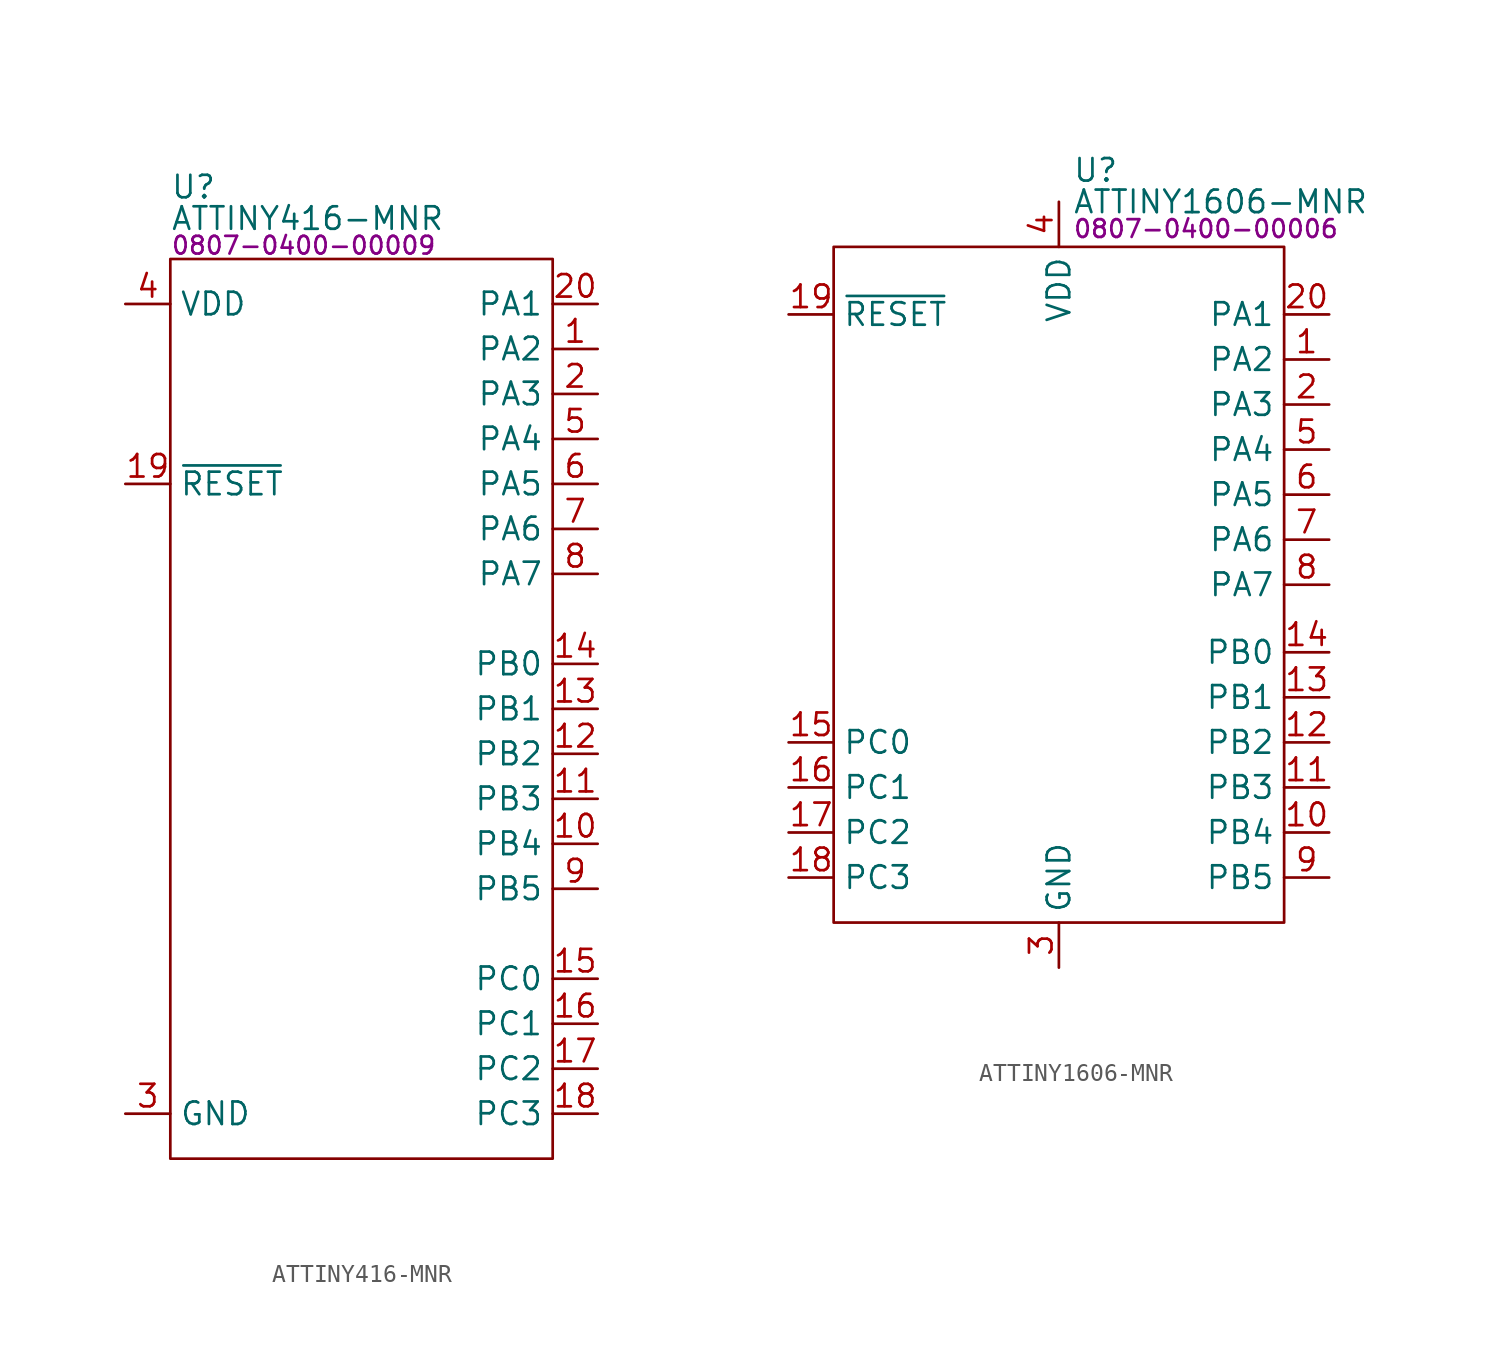
<source format=kicad_sym>
(kicad_symbol_lib
  (version 20231120)
  (generator "kicad_symbol_editor")
  (generator_version "8.0")
  (symbol "ATTINY416-MNR"
    (property "Reference" "U"
      (at 0 4.064 0)
      (effects (font (size 1.27 1.27)) (justify left)))
    (property "Value" "ATTINY416-MNR"
      (at 0 2.286 0)
      (effects (font (size 1.27 1.27)) (justify left)))
    (property "PartNumber" "0807-0400-00009"
      (at 0 0.762 0)
      (effects (font (size 1 1)) (justify left)))
    (symbol "ATTINY416-MNR_0_0"
      (pin bidirectional line (at 24.13 -5.08 180) (length 2.54) (name "PA2" (effects (font (size 1.27 1.27)))) (number "1" (effects (font (size 1.27 1.27)))) (alternate "ADC2" bidirectional line) (alternate "CIPO" bidirectional line) (alternate "EVOUT0" bidirectional line) (alternate "LUT0-IN2" bidirectional line) (alternate "RX" bidirectional line) (alternate "SCL" bidirectional line))
      (pin bidirectional line (at 24.13 -33.02 180) (length 2.54) (name "PB4" (effects (font (size 1.27 1.27)))) (number "10" (effects (font (size 1.27 1.27)))) (alternate "ADC9" bidirectional line) (alternate "COMP-IN1-" bidirectional line) (alternate "LUT0-OUT" bidirectional line) (alternate "WO1" bidirectional line))
      (pin bidirectional line (at 24.13 -30.48 180) (length 2.54) (name "PB3" (effects (font (size 1.27 1.27)))) (number "11" (effects (font (size 1.27 1.27)))) (alternate "RX" bidirectional line) (alternate "TOSC1" bidirectional line) (alternate "WO0" bidirectional line))
      (pin bidirectional line (at 24.13 -27.94 180) (length 2.54) (name "PB2" (effects (font (size 1.27 1.27)))) (number "12" (effects (font (size 1.27 1.27)))) (alternate "EVOUT1" bidirectional line) (alternate "TOSC2" bidirectional line) (alternate "TX" bidirectional line) (alternate "WO2" bidirectional line))
      (pin bidirectional line (at 24.13 -25.4 180) (length 2.54) (name "PB1" (effects (font (size 1.27 1.27)))) (number "13" (effects (font (size 1.27 1.27)))) (alternate "ADC10" bidirectional line) (alternate "SDA" bidirectional line) (alternate "WO1" bidirectional line) (alternate "XCK" bidirectional line))
      (pin bidirectional line (at 24.13 -22.86 180) (length 2.54) (name "PB0" (effects (font (size 1.27 1.27)))) (number "14" (effects (font (size 1.27 1.27)))) (alternate "ADC11" bidirectional line) (alternate "SCL" bidirectional line) (alternate "WO0" bidirectional line) (alternate "XDIR" bidirectional line))
      (pin bidirectional line (at 24.13 -40.64 180) (length 2.54) (name "PC0" (effects (font (size 1.27 1.27)))) (number "15" (effects (font (size 1.27 1.27)))) (alternate "SCK" bidirectional line) (alternate "WO" bidirectional line) (alternate "WOC" bidirectional line))
      (pin bidirectional line (at 24.13 -43.18 180) (length 2.54) (name "PC1" (effects (font (size 1.27 1.27)))) (number "16" (effects (font (size 1.27 1.27)))) (alternate "CIPO" bidirectional line) (alternate "LUT1-OUT" bidirectional line) (alternate "WOD" bidirectional line))
      (pin bidirectional line (at 24.13 -45.72 180) (length 2.54) (name "PC2" (effects (font (size 1.27 1.27)))) (number "17" (effects (font (size 1.27 1.27)))) (alternate "COPI" bidirectional line) (alternate "EVOUT2" bidirectional line))
      (pin output line (at 24.13 -48.26 180) (length 2.54) (name "PC3" (effects (font (size 1.27 1.27)))) (number "18" (effects (font (size 1.27 1.27)))) (alternate "LUT1-IN0" output line) (alternate "WO3" output line) (alternate "~{SS}" output line))
      (pin input line (at -2.54 -12.7 0) (length 2.54) (name "~{RESET}" (effects (font (size 1.27 1.27)))) (number "19" (effects (font (size 1.27 1.27)))) (alternate "ADC0" input line) (alternate "LUT0-IN0" input line) (alternate "PA0" input line) (alternate "UPDI" input line) (alternate "~{RESET}-UPDI" input line))
      (pin bidirectional line (at 24.13 -7.62 180) (length 2.54) (name "PA3" (effects (font (size 1.27 1.27)))) (number "2" (effects (font (size 1.27 1.27)))) (alternate "ADC3" bidirectional line) (alternate "EXTCLK" input line) (alternate "SCK" bidirectional line) (alternate "WO3" bidirectional line) (alternate "XCK" bidirectional line))
      (pin bidirectional line (at 24.13 -2.54 180) (length 2.54) (name "PA1" (effects (font (size 1.27 1.27)))) (number "20" (effects (font (size 1.27 1.27)))) (alternate "ADC1" bidirectional line) (alternate "COPI" bidirectional line) (alternate "LUT0-IN1" bidirectional line) (alternate "SDA" bidirectional line) (alternate "TX0" bidirectional line))
      (pin power_in line (at -2.54 -48.26 0) (length 2.54) hide (name "GND" (effects (font (size 1.27 1.27)))) (number "21" (effects (font (size 1.27 1.27)))))
      (pin power_in line (at -2.54 -48.26 0) (length 2.54) (name "GND" (effects (font (size 1.27 1.27)))) (number "3" (effects (font (size 1.27 1.27)))))
      (pin power_in line (at -2.54 -2.54 0) (length 2.54) (name "VDD" (effects (font (size 1.27 1.27)))) (number "4" (effects (font (size 1.27 1.27)))))
      (pin bidirectional line (at 24.13 -10.16 180) (length 2.54) (name "PA4" (effects (font (size 1.27 1.27)))) (number "5" (effects (font (size 1.27 1.27)))) (alternate "ADC4" bidirectional line) (alternate "LUT0-OUT" bidirectional line) (alternate "WO4" bidirectional line) (alternate "WOA" bidirectional line) (alternate "XDIR" bidirectional line) (alternate "~{SS}" bidirectional line))
      (pin bidirectional line (at 24.13 -12.7 180) (length 2.54) (name "PA5" (effects (font (size 1.27 1.27)))) (number "6" (effects (font (size 1.27 1.27)))) (alternate "ADC5" bidirectional line) (alternate "COMP-OUT" bidirectional line) (alternate "WO" bidirectional line) (alternate "WO5" bidirectional line) (alternate "WOB" bidirectional line))
      (pin bidirectional line (at 24.13 -15.24 180) (length 2.54) (name "PA6" (effects (font (size 1.27 1.27)))) (number "7" (effects (font (size 1.27 1.27)))) (alternate "ADC6" bidirectional line) (alternate "COMP-IN0-" bidirectional line) (alternate "COPI" bidirectional line) (alternate "DAC-OUT" bidirectional line))
      (pin bidirectional line (at 24.13 -17.78 180) (length 2.54) (name "PA7" (effects (font (size 1.27 1.27)))) (number "8" (effects (font (size 1.27 1.27)))) (alternate "ADC7" bidirectional line) (alternate "CIPO" bidirectional line) (alternate "COMP-IN0+" bidirectional line) (alternate "LUT1-OUT" bidirectional line))
      (pin bidirectional line (at 24.13 -35.56 180) (length 2.54) (name "PB5" (effects (font (size 1.27 1.27)))) (number "9" (effects (font (size 1.27 1.27)))) (alternate "ADC8" bidirectional line) (alternate "CLKOUT" bidirectional line) (alternate "COMP-IN1+" bidirectional line) (alternate "WO2" bidirectional line)))
    (symbol "ATTINY416-MNR_0_1"
      (rectangle (start 0 0) (end 21.59 -50.8) (stroke (width 0) (type default)) (fill (type none)))))
  (symbol "ATTINY1606-MNR"
    (property "Reference" "U"
      (at 13.462 4.318 0)
      (effects (font (size 1.27 1.27)) (justify left)))
    (property "Value" "ATTINY1606-MNR"
      (at 13.462 2.54 0)
      (effects (font (size 1.27 1.27)) (justify left)))
    (property "PartNumber" "0807-0400-00006"
      (at 13.462 1.016 0)
      (effects (font (size 1 1)) (justify left)))
    (symbol "ATTINY1606-MNR_0_0"
      (pin bidirectional line (at 27.94 -6.35 180) (length 2.54) (name "PA2" (effects (font (size 1.27 1.27)))) (number "1" (effects (font (size 1.27 1.27)))) (alternate "A2" bidirectional line) (alternate "EVOUT" bidirectional line) (alternate "LUT0-IN2" bidirectional line) (alternate "SPI-CIPO" bidirectional line) (alternate "USART-RX" bidirectional line))
      (pin bidirectional line (at 27.94 -33.02 180) (length 2.54) (name "PB4" (effects (font (size 1.27 1.27)))) (number "10" (effects (font (size 1.27 1.27)))) (alternate "A9" bidirectional line) (alternate "AC1-IN-" bidirectional line) (alternate "LUT0-OUT" bidirectional line) (alternate "WO1" bidirectional line))
      (pin bidirectional line (at 27.94 -30.48 180) (length 2.54) (name "PB3" (effects (font (size 1.27 1.27)))) (number "11" (effects (font (size 1.27 1.27)))) (alternate "USART-RX" bidirectional line) (alternate "WO0" bidirectional line))
      (pin bidirectional line (at 27.94 -27.94 180) (length 2.54) (name "PB2" (effects (font (size 1.27 1.27)))) (number "12" (effects (font (size 1.27 1.27)))) (alternate "EVOUT1" bidirectional line) (alternate "USART-TX" bidirectional line) (alternate "WO2" bidirectional line))
      (pin bidirectional line (at 27.94 -25.4 180) (length 2.54) (name "PB1" (effects (font (size 1.27 1.27)))) (number "13" (effects (font (size 1.27 1.27)))) (alternate "A10" bidirectional line) (alternate "I2C-SDA" bidirectional line) (alternate "USART-CK" bidirectional line) (alternate "WO1" bidirectional line))
      (pin bidirectional line (at 27.94 -22.86 180) (length 2.54) (name "PB0" (effects (font (size 1.27 1.27)))) (number "14" (effects (font (size 1.27 1.27)))) (alternate "A11" bidirectional line) (alternate "I2C-SCL" bidirectional line) (alternate "USART-XDIR" bidirectional line) (alternate "WO0" bidirectional line))
      (pin bidirectional line (at -2.54 -27.94 0) (length 2.54) (name "PC0" (effects (font (size 1.27 1.27)))) (number "15" (effects (font (size 1.27 1.27)))) (alternate "SPI-SCK" bidirectional line) (alternate "WO" bidirectional line))
      (pin bidirectional line (at -2.54 -30.48 0) (length 2.54) (name "PC1" (effects (font (size 1.27 1.27)))) (number "16" (effects (font (size 1.27 1.27)))) (alternate "LUT1-OUT" bidirectional line) (alternate "SPI-CIPO" bidirectional line))
      (pin bidirectional line (at -2.54 -33.02 0) (length 2.54) (name "PC2" (effects (font (size 1.27 1.27)))) (number "17" (effects (font (size 1.27 1.27)))) (alternate "EVOUT2" bidirectional line) (alternate "SPI-COPI" bidirectional line))
      (pin bidirectional line (at -2.54 -35.56 0) (length 2.54) (name "PC3" (effects (font (size 1.27 1.27)))) (number "18" (effects (font (size 1.27 1.27)))) (alternate "LUT1-IN0" bidirectional line) (alternate "SPI-~{SS}" bidirectional line) (alternate "WO3" bidirectional line))
      (pin bidirectional line (at -2.54 -3.81 0) (length 2.54) (name "~{RESET}" (effects (font (size 1.27 1.27)))) (number "19" (effects (font (size 1.27 1.27)))) (alternate "A0" bidirectional line) (alternate "LUT0-IN0" bidirectional line) (alternate "PA0" bidirectional line) (alternate "PA0-UPDI" bidirectional line) (alternate "UPDI" bidirectional line) (alternate "~{RESET}-UPDI" bidirectional line))
      (pin bidirectional line (at 27.94 -8.89 180) (length 2.54) (name "PA3" (effects (font (size 1.27 1.27)))) (number "2" (effects (font (size 1.27 1.27)))) (alternate "A3" bidirectional line) (alternate "EXTCLK" bidirectional line) (alternate "SPI-SCK" bidirectional line) (alternate "USART-CK" bidirectional line) (alternate "WO3" bidirectional line))
      (pin bidirectional line (at 27.94 -3.81 180) (length 2.54) (name "PA1" (effects (font (size 1.27 1.27)))) (number "20" (effects (font (size 1.27 1.27)))) (alternate "A1" bidirectional line) (alternate "LUT-IN1" bidirectional line) (alternate "SPI-COPI" bidirectional line) (alternate "USART-TX" bidirectional line))
      (pin power_in line (at 12.7 -40.64 90) (length 2.54) hide (name "GND" (effects (font (size 1.27 1.27)))) (number "21" (effects (font (size 1.27 1.27)))))
      (pin power_in line (at 12.7 -40.64 90) (length 2.54) (name "GND" (effects (font (size 1.27 1.27)))) (number "3" (effects (font (size 1.27 1.27)))))
      (pin power_in line (at 12.7 2.54 270) (length 2.54) (name "VDD" (effects (font (size 1.27 1.27)))) (number "4" (effects (font (size 1.27 1.27)))))
      (pin bidirectional line (at 27.94 -11.43 180) (length 2.54) (name "PA4" (effects (font (size 1.27 1.27)))) (number "5" (effects (font (size 1.27 1.27)))) (alternate "A4" bidirectional line) (alternate "LUT0-OUT" bidirectional line) (alternate "SPI-~{SS}" bidirectional line) (alternate "USART-XDIR" bidirectional line) (alternate "WO4" bidirectional line))
      (pin bidirectional line (at 27.94 -13.97 180) (length 2.54) (name "PA5" (effects (font (size 1.27 1.27)))) (number "6" (effects (font (size 1.27 1.27)))) (alternate "A5" bidirectional line) (alternate "AC-OUT" bidirectional line) (alternate "WO" bidirectional line) (alternate "WO5" bidirectional line))
      (pin bidirectional line (at 27.94 -16.51 180) (length 2.54) (name "PA6" (effects (font (size 1.27 1.27)))) (number "7" (effects (font (size 1.27 1.27)))) (alternate "A6" bidirectional line) (alternate "AC0-IN-" bidirectional line))
      (pin bidirectional line (at 27.94 -19.05 180) (length 2.54) (name "PA7" (effects (font (size 1.27 1.27)))) (number "8" (effects (font (size 1.27 1.27)))) (alternate "A7" bidirectional line) (alternate "AC0-IN+" bidirectional line) (alternate "LUT0-OUT" bidirectional line))
      (pin bidirectional line (at 27.94 -35.56 180) (length 2.54) (name "PB5" (effects (font (size 1.27 1.27)))) (number "9" (effects (font (size 1.27 1.27)))) (alternate "A8" bidirectional line) (alternate "AC1-IN+" bidirectional line) (alternate "CLKOUT" bidirectional line) (alternate "WO2" bidirectional line)))
    (symbol "ATTINY1606-MNR_0_1"
      (rectangle (start 0 0) (end 25.4 -38.1) (stroke (width 0) (type default)) (fill (type none))))))
</source>
